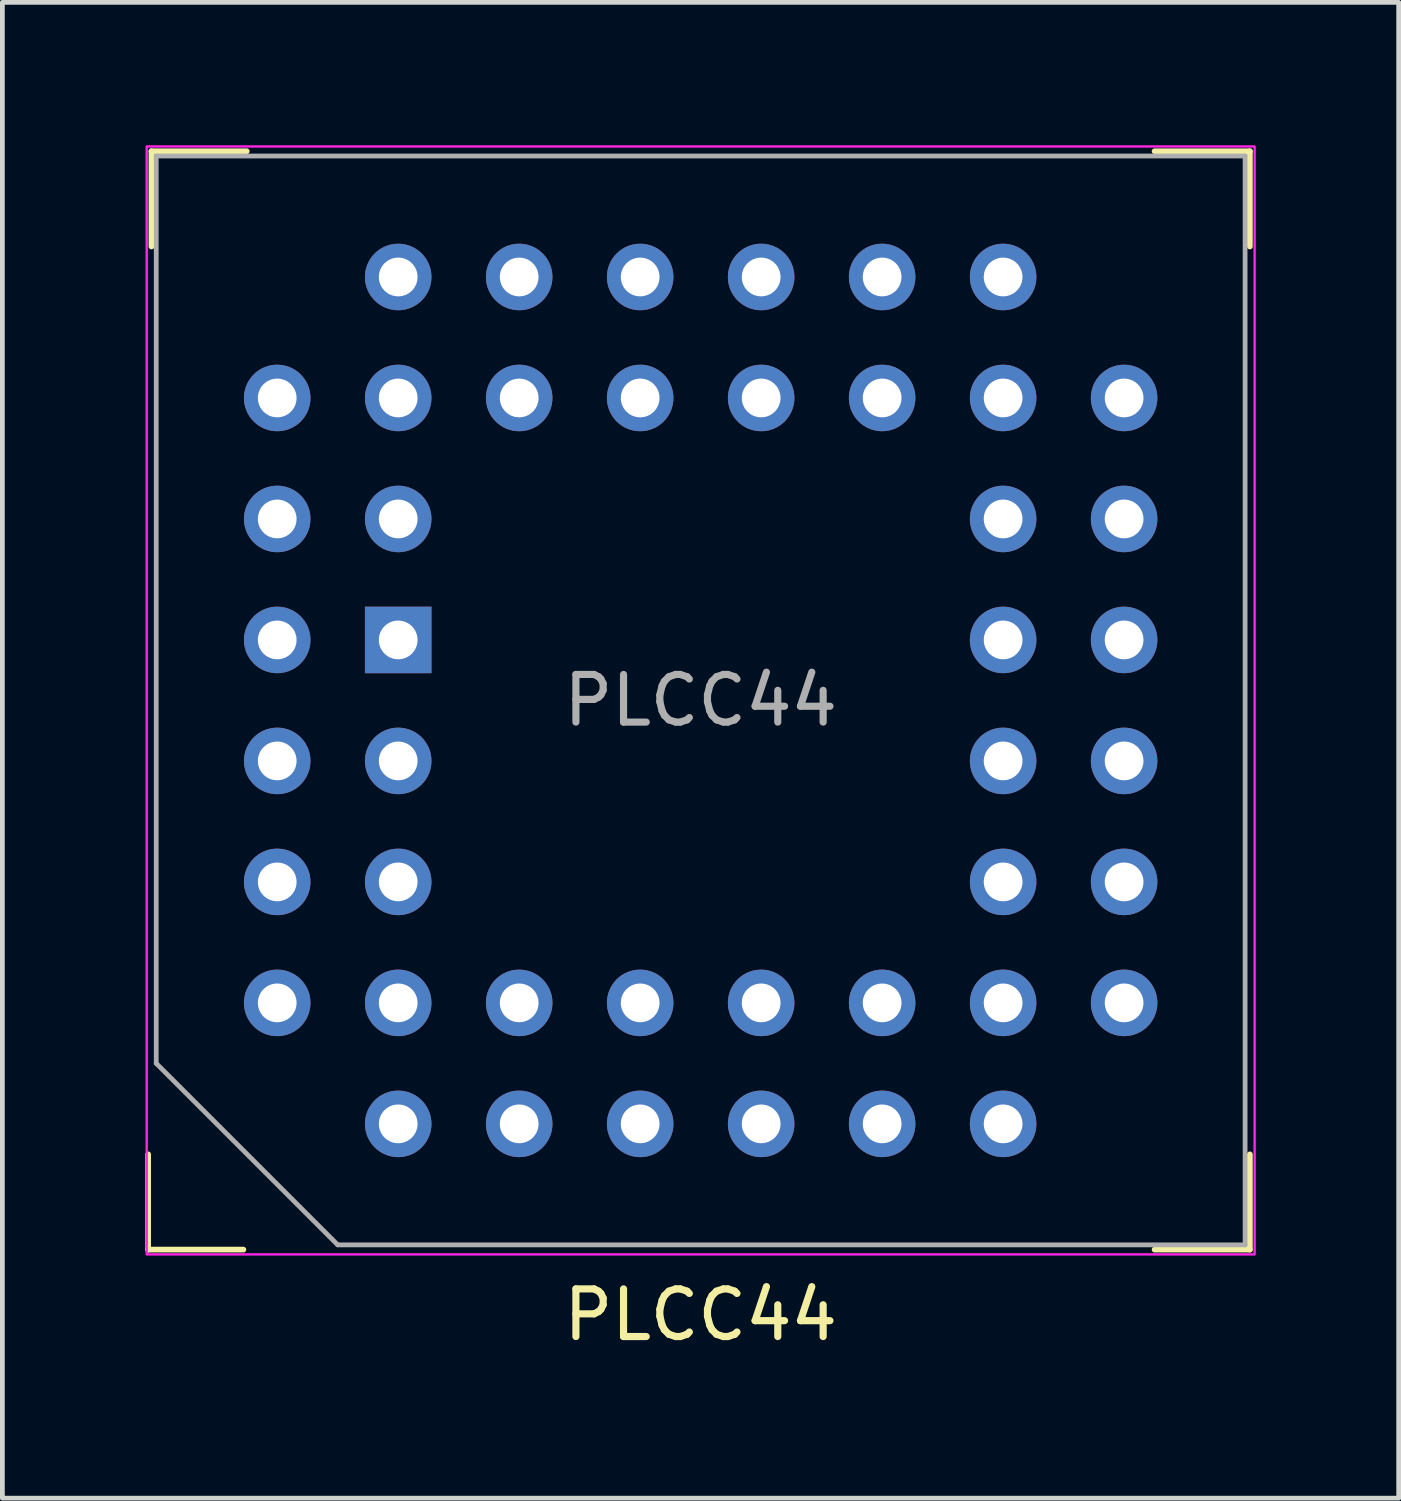
<source format=kicad_pcb>
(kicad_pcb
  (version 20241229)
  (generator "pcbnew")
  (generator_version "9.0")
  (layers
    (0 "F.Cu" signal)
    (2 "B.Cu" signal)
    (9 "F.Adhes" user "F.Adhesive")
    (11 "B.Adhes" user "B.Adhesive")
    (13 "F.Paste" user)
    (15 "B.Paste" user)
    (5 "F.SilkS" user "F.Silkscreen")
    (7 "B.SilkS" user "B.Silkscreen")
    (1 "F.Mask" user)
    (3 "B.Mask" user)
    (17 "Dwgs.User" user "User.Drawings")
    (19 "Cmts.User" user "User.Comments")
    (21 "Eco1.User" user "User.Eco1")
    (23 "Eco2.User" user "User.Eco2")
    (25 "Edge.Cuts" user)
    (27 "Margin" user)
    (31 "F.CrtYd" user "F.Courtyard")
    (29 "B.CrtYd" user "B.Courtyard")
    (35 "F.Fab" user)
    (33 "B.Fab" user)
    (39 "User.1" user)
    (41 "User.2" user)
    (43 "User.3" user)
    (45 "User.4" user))
  (footprint "PLCC44"
    (layer "F.Cu")
    (at 11.66 11.655)
    (property "Reference" "PLCC44" (at 0 12.9 0) (layer "F.SilkS") (effects (font (size 1 1) (thickness 0.15))))
    (attr through_hole)
    (fp_line (start -11.6 11.53) (end -11.6 9.53) (stroke (width 0.12) (type solid)) (layer "F.SilkS"))
    (fp_line (start -11.6 11.53) (end -9.6 11.53) (stroke (width 0.12) (type solid)) (layer "F.SilkS"))
    (fp_line (start -11.53 -11.53) (end -11.53 -9.53) (stroke (width 0.12) (type solid)) (layer "F.SilkS"))
    (fp_line (start -11.53 -11.53) (end -9.53 -11.53) (stroke (width 0.12) (type solid)) (layer "F.SilkS"))
    (fp_line (start 11.53 -11.53) (end 9.53 -11.53) (stroke (width 0.12) (type solid)) (layer "F.SilkS"))
    (fp_line (start 11.53 -11.53) (end 11.53 -9.53) (stroke (width 0.12) (type solid)) (layer "F.SilkS"))
    (fp_line (start 11.53 11.53) (end 9.53 11.53) (stroke (width 0.12) (type solid)) (layer "F.SilkS"))
    (fp_line (start 11.53 11.53) (end 11.53 9.53) (stroke (width 0.12) (type solid)) (layer "F.SilkS"))
    (fp_rect (start -11.63 -11.63) (end 11.63 11.63) (stroke (width 0.05) (type solid)) (fill no) (layer "F.CrtYd"))
    (fp_line (start -11.43 -11.43) (end -11.43 7.62) (stroke (width 0.1) (type solid)) (layer "F.Fab"))
    (fp_line (start -11.43 7.62) (end -7.62 11.43) (stroke (width 0.1) (type solid)) (layer "F.Fab"))
    (fp_line (start -7.62 11.43) (end 11.43 11.43) (stroke (width 0.1) (type solid)) (layer "F.Fab"))
    (fp_line (start 11.43 -11.43) (end -11.43 -11.43) (stroke (width 0.1) (type solid)) (layer "F.Fab"))
    (fp_line (start 11.43 11.43) (end 11.43 -11.43) (stroke (width 0.1) (type solid)) (layer "F.Fab"))
    (fp_text user "${REFERENCE}" (at 0 0 0) (layer "F.Fab") (effects (font (size 1 1) (thickness 0.15))))
    (pad "1" thru_hole rect (at -6.35 -1.27) (size 1.397 1.397) (drill 0.813) (layers "*.Cu" "*.Mask"))
    (pad "2" thru_hole circle (at -8.89 1.27) (size 1.397 1.397) (drill 0.813) (layers "*.Cu" "*.Mask"))
    (pad "3" thru_hole circle (at -6.35 1.27) (size 1.397 1.397) (drill 0.813) (layers "*.Cu" "*.Mask"))
    (pad "4" thru_hole circle (at -8.89 3.81) (size 1.397 1.397) (drill 0.813) (layers "*.Cu" "*.Mask"))
    (pad "5" thru_hole circle (at -6.35 3.81) (size 1.397 1.397) (drill 0.813) (layers "*.Cu" "*.Mask"))
    (pad "6" thru_hole circle (at -8.89 6.35) (size 1.397 1.397) (drill 0.813) (layers "*.Cu" "*.Mask"))
    (pad "7" thru_hole circle (at -6.35 8.89) (size 1.397 1.397) (drill 0.813) (layers "*.Cu" "*.Mask"))
    (pad "8" thru_hole circle (at -6.35 6.35) (size 1.397 1.397) (drill 0.813) (layers "*.Cu" "*.Mask"))
    (pad "9" thru_hole circle (at -3.81 8.89) (size 1.397 1.397) (drill 0.813) (layers "*.Cu" "*.Mask"))
    (pad "10" thru_hole circle (at -3.81 6.35) (size 1.397 1.397) (drill 0.813) (layers "*.Cu" "*.Mask"))
    (pad "11" thru_hole circle (at -1.27 8.89) (size 1.397 1.397) (drill 0.813) (layers "*.Cu" "*.Mask"))
    (pad "12" thru_hole circle (at -1.27 6.35) (size 1.397 1.397) (drill 0.813) (layers "*.Cu" "*.Mask"))
    (pad "13" thru_hole circle (at 1.27 8.89) (size 1.397 1.397) (drill 0.813) (layers "*.Cu" "*.Mask"))
    (pad "14" thru_hole circle (at 1.27 6.35) (size 1.397 1.397) (drill 0.813) (layers "*.Cu" "*.Mask"))
    (pad "15" thru_hole circle (at 3.81 8.89) (size 1.397 1.397) (drill 0.813) (layers "*.Cu" "*.Mask"))
    (pad "16" thru_hole circle (at 3.81 6.35) (size 1.397 1.397) (drill 0.813) (layers "*.Cu" "*.Mask"))
    (pad "17" thru_hole circle (at 6.35 8.89) (size 1.397 1.397) (drill 0.813) (layers "*.Cu" "*.Mask"))
    (pad "18" thru_hole circle (at 8.89 6.35) (size 1.397 1.397) (drill 0.813) (layers "*.Cu" "*.Mask"))
    (pad "19" thru_hole circle (at 6.35 6.35) (size 1.397 1.397) (drill 0.813) (layers "*.Cu" "*.Mask"))
    (pad "20" thru_hole circle (at 8.89 3.81) (size 1.397 1.397) (drill 0.813) (layers "*.Cu" "*.Mask"))
    (pad "21" thru_hole circle (at 6.35 3.81) (size 1.397 1.397) (drill 0.813) (layers "*.Cu" "*.Mask"))
    (pad "22" thru_hole circle (at 8.89 1.27) (size 1.397 1.397) (drill 0.813) (layers "*.Cu" "*.Mask"))
    (pad "23" thru_hole circle (at 6.35 1.27) (size 1.397 1.397) (drill 0.813) (layers "*.Cu" "*.Mask"))
    (pad "24" thru_hole circle (at 8.89 -1.27) (size 1.397 1.397) (drill 0.813) (layers "*.Cu" "*.Mask"))
    (pad "25" thru_hole circle (at 6.35 -1.27) (size 1.397 1.397) (drill 0.813) (layers "*.Cu" "*.Mask"))
    (pad "26" thru_hole circle (at 8.89 -3.81) (size 1.397 1.397) (drill 0.813) (layers "*.Cu" "*.Mask"))
    (pad "27" thru_hole circle (at 6.35 -3.81) (size 1.397 1.397) (drill 0.813) (layers "*.Cu" "*.Mask"))
    (pad "28" thru_hole circle (at 8.89 -6.35) (size 1.397 1.397) (drill 0.813) (layers "*.Cu" "*.Mask"))
    (pad "29" thru_hole circle (at 6.35 -8.89) (size 1.397 1.397) (drill 0.813) (layers "*.Cu" "*.Mask"))
    (pad "30" thru_hole circle (at 6.35 -6.35) (size 1.397 1.397) (drill 0.813) (layers "*.Cu" "*.Mask"))
    (pad "31" thru_hole circle (at 3.81 -8.89) (size 1.397 1.397) (drill 0.813) (layers "*.Cu" "*.Mask"))
    (pad "32" thru_hole circle (at 3.81 -6.35) (size 1.397 1.397) (drill 0.813) (layers "*.Cu" "*.Mask"))
    (pad "33" thru_hole circle (at 1.27 -8.89) (size 1.397 1.397) (drill 0.813) (layers "*.Cu" "*.Mask"))
    (pad "34" thru_hole circle (at 1.27 -6.35) (size 1.397 1.397) (drill 0.813) (layers "*.Cu" "*.Mask"))
    (pad "35" thru_hole circle (at -1.27 -8.89) (size 1.397 1.397) (drill 0.813) (layers "*.Cu" "*.Mask"))
    (pad "36" thru_hole circle (at -1.27 -6.35) (size 1.397 1.397) (drill 0.813) (layers "*.Cu" "*.Mask"))
    (pad "37" thru_hole circle (at -3.81 -8.89) (size 1.397 1.397) (drill 0.813) (layers "*.Cu" "*.Mask"))
    (pad "38" thru_hole circle (at -3.81 -6.35) (size 1.397 1.397) (drill 0.813) (layers "*.Cu" "*.Mask"))
    (pad "39" thru_hole circle (at -6.35 -8.89) (size 1.397 1.397) (drill 0.813) (layers "*.Cu" "*.Mask"))
    (pad "40" thru_hole circle (at -8.89 -6.35) (size 1.397 1.397) (drill 0.813) (layers "*.Cu" "*.Mask"))
    (pad "41" thru_hole circle (at -6.35 -6.35) (size 1.397 1.397) (drill 0.813) (layers "*.Cu" "*.Mask"))
    (pad "42" thru_hole circle (at -8.89 -3.81) (size 1.397 1.397) (drill 0.813) (layers "*.Cu" "*.Mask"))
    (pad "43" thru_hole circle (at -6.35 -3.81) (size 1.397 1.397) (drill 0.813) (layers "*.Cu" "*.Mask"))
    (pad "44" thru_hole circle (at -8.89 -1.27) (size 1.397 1.397) (drill 0.813) (layers "*.Cu" "*.Mask")))
  (gr_rect
    (start -3 -3)
    (end 26.315 28.403)
    (stroke (width 0.1) (type default))
    (fill no)
    (layer "Edge.Cuts")))
</source>
